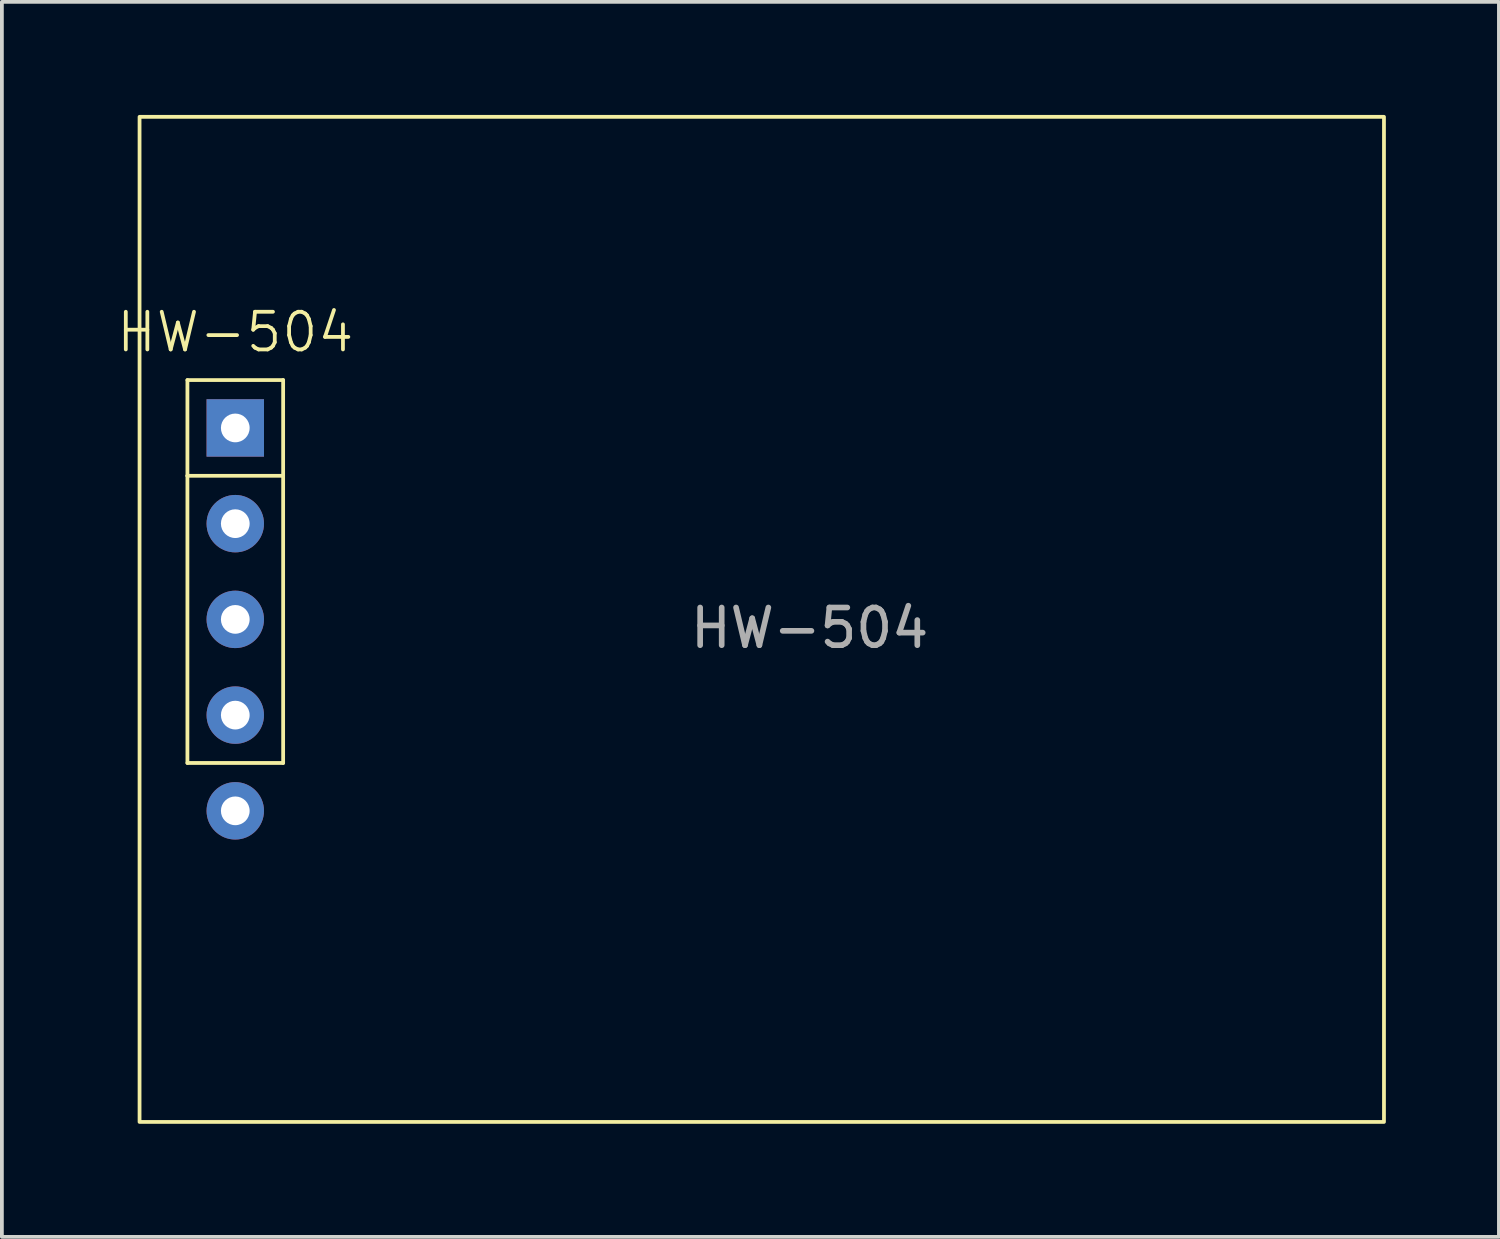
<source format=kicad_pcb>
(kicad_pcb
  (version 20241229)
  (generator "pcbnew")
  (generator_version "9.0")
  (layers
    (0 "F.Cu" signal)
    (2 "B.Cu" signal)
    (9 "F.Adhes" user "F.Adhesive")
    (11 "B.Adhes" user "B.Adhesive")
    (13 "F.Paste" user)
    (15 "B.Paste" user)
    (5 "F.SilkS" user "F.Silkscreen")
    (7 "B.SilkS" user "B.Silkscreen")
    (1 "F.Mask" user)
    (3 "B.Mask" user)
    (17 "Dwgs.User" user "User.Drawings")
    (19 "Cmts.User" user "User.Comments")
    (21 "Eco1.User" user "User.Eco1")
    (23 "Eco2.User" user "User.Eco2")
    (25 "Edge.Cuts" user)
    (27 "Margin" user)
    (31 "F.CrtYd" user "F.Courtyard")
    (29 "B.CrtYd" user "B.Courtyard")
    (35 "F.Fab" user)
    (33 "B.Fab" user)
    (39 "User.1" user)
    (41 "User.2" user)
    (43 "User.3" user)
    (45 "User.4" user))
  (footprint "HW-504"
    (layer "F.Cu")
    (at 3.193 13.385)
    (property "Reference" "HW-504" (at 0 -7.62 0) (unlocked yes) (layer "F.SilkS") (effects (font (size 1 1) (thickness 0.1))))
    (attr through_hole)
    (fp_line (start -1.27 -6.35) (end 1.27 -6.35) (stroke (width 0.1) (type solid)) (layer "F.SilkS"))
    (fp_line (start -1.27 -3.81) (end -1.27 -6.35) (stroke (width 0.1) (type solid)) (layer "F.SilkS"))
    (fp_line (start -1.27 3.81) (end -1.27 -3.81) (stroke (width 0.1) (type default)) (layer "F.SilkS"))
    (fp_line (start 1.27 -6.35) (end 1.27 -3.81) (stroke (width 0.1) (type solid)) (layer "F.SilkS"))
    (fp_line (start 1.27 -3.81) (end -1.27 -3.81) (stroke (width 0.1) (type solid)) (layer "F.SilkS"))
    (fp_line (start 1.27 -3.81) (end 1.27 3.81) (stroke (width 0.1) (type default)) (layer "F.SilkS"))
    (fp_line (start 1.27 3.81) (end -1.27 3.81) (stroke (width 0.1) (type default)) (layer "F.SilkS"))
    (fp_rect (start -2.54 -13.335) (end 30.48 13.335) (stroke (width 0.1) (type solid)) (fill no) (layer "F.SilkS"))
    (fp_text user "${REFERENCE}" (at 15.24 0.23 0) (unlocked yes) (layer "F.Fab") (effects (font (size 1 1) (thickness 0.15))))
    (pad "1" thru_hole rect (at 0 -5.08) (size 1.524 1.524) (drill 0.762) (layers "*.Cu" "*.Mask"))
    (pad "2" thru_hole circle (at 0 -2.54) (size 1.524 1.524) (drill 0.762) (layers "*.Cu" "*.Mask"))
    (pad "3" thru_hole circle (at 0 0) (size 1.524 1.524) (drill 0.762) (layers "*.Cu" "*.Mask"))
    (pad "4" thru_hole circle (at 0 2.54) (size 1.524 1.524) (drill 0.762) (layers "*.Cu" "*.Mask"))
    (pad "5" thru_hole circle (at 0 5.08) (size 1.524 1.524) (drill 0.762) (layers "*.Cu" "*.Mask")))
  (gr_rect
    (start -3 -3)
    (end 36.723 29.77)
    (stroke (width 0.1) (type default))
    (fill no)
    (layer "Edge.Cuts")))
</source>
